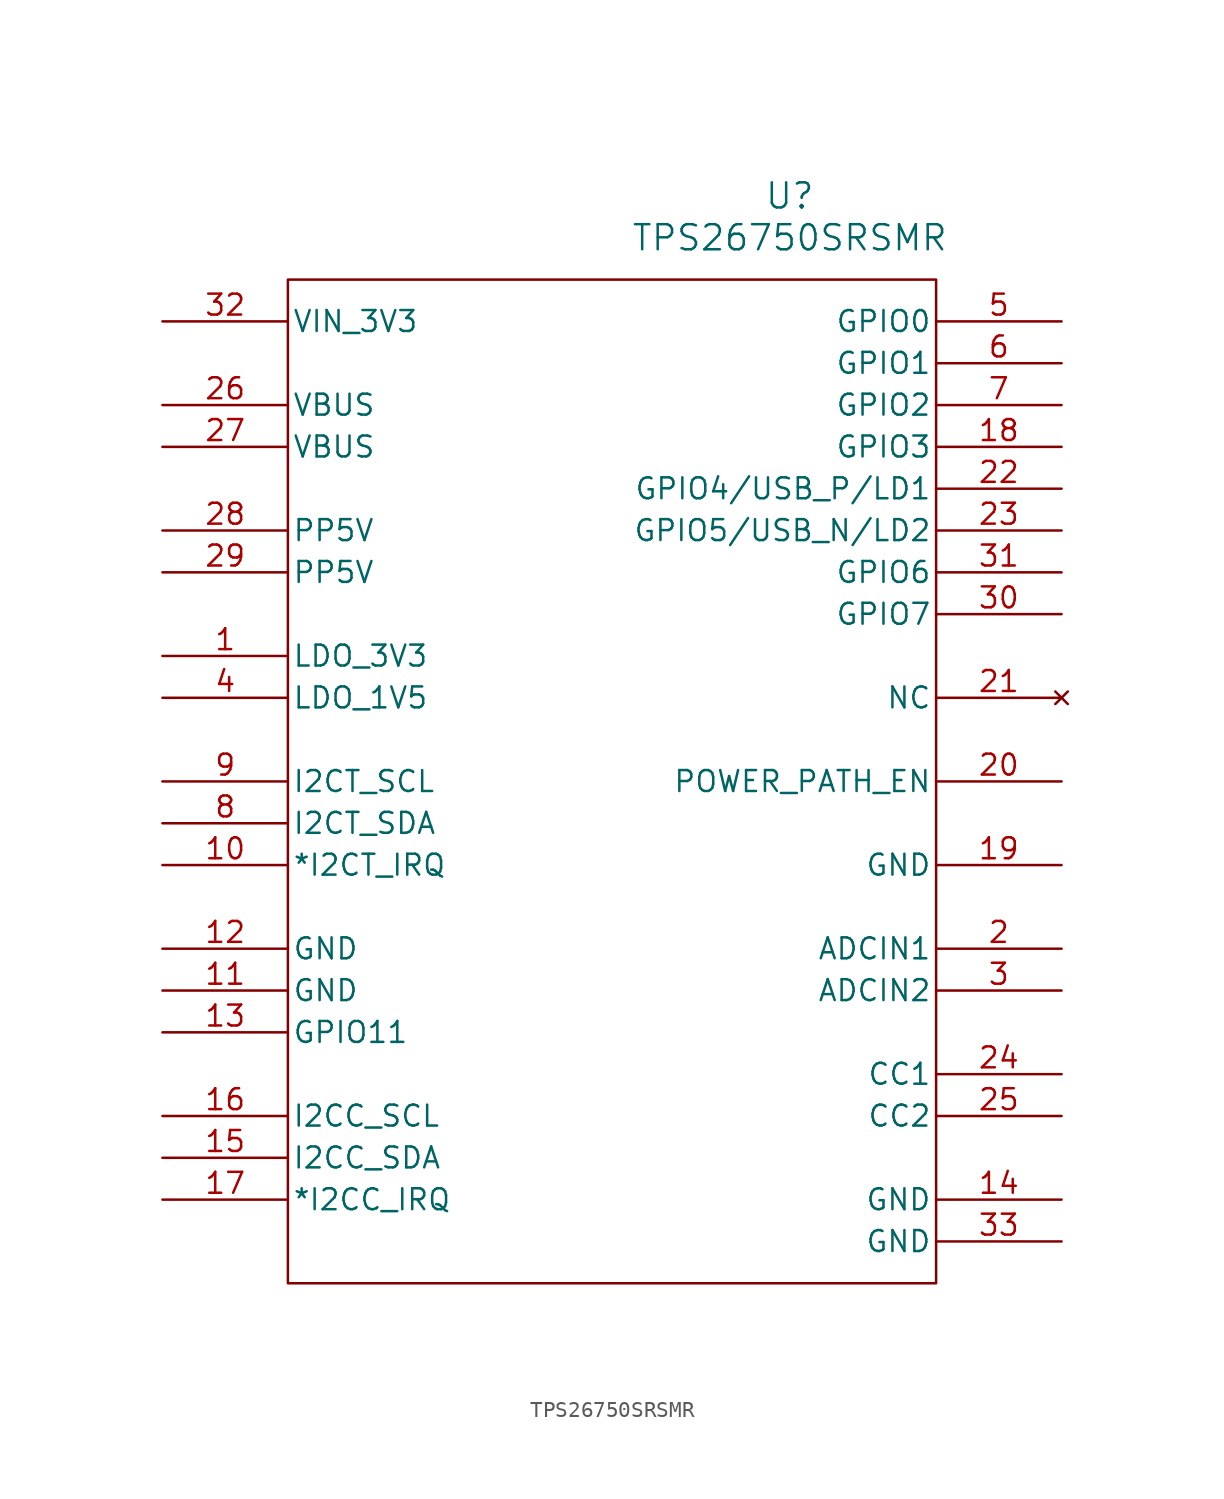
<source format=kicad_sym>
(kicad_symbol_lib
  (version 20241209)
  (generator "kicad_symbol_editor")
  (generator_version "9.0")
  (symbol "TPS26750SRSMR"
    (pin_names
      (offset 0.254))
    (property "Reference" "U"
      (at 38.1 10.16 0)
      (effects (font (size 1.524 1.524))))
    (property "Value" "TPS26750SRSMR"
      (at 38.1 7.62 0)
      (effects (font (size 1.524 1.524))))
    (property "ki_locked" ""
      (at 0 0 0)
      (effects (font (size 1.27 1.27))))
    (symbol "TPS26750SRSMR_0_1"
      (pin input line (at 0 2.54 0) (length 7.62) (name "VIN_3V3" (effects (font (size 1.27 1.27)))) (number "32" (effects (font (size 1.27 1.27)))))
      (pin bidirectional line (at 0 -2.54 0) (length 7.62) (name "VBUS" (effects (font (size 1.27 1.27)))) (number "26" (effects (font (size 1.27 1.27)))))
      (pin bidirectional line (at 0 -5.08 0) (length 7.62) (name "VBUS" (effects (font (size 1.27 1.27)))) (number "27" (effects (font (size 1.27 1.27)))))
      (pin input line (at 0 -10.16 0) (length 7.62) (name "PP5V" (effects (font (size 1.27 1.27)))) (number "28" (effects (font (size 1.27 1.27)))))
      (pin input line (at 0 -12.7 0) (length 7.62) (name "PP5V" (effects (font (size 1.27 1.27)))) (number "29" (effects (font (size 1.27 1.27)))))
      (pin output line (at 0 -17.78 0) (length 7.62) (name "LDO_3V3" (effects (font (size 1.27 1.27)))) (number "1" (effects (font (size 1.27 1.27)))))
      (pin output line (at 0 -20.32 0) (length 7.62) (name "LDO_1V5" (effects (font (size 1.27 1.27)))) (number "4" (effects (font (size 1.27 1.27)))))
      (pin input line (at 0 -25.4 0) (length 7.62) (name "I2CT_SCL" (effects (font (size 1.27 1.27)))) (number "9" (effects (font (size 1.27 1.27)))))
      (pin bidirectional line (at 0 -27.94 0) (length 7.62) (name "I2CT_SDA" (effects (font (size 1.27 1.27)))) (number "8" (effects (font (size 1.27 1.27)))))
      (pin output line (at 0 -30.48 0) (length 7.62) (name "*I2CT_IRQ" (effects (font (size 1.27 1.27)))) (number "10" (effects (font (size 1.27 1.27)))))
      (pin power_out line (at 0 -35.56 0) (length 7.62) (name "GND" (effects (font (size 1.27 1.27)))) (number "12" (effects (font (size 1.27 1.27)))))
      (pin power_out line (at 0 -38.1 0) (length 7.62) (name "GND" (effects (font (size 1.27 1.27)))) (number "11" (effects (font (size 1.27 1.27)))))
      (pin output line (at 0 -40.64 0) (length 7.62) (name "GPIO11" (effects (font (size 1.27 1.27)))) (number "13" (effects (font (size 1.27 1.27)))))
      (pin output line (at 0 -45.72 0) (length 7.62) (name "I2CC_SCL" (effects (font (size 1.27 1.27)))) (number "16" (effects (font (size 1.27 1.27)))))
      (pin bidirectional line (at 0 -48.26 0) (length 7.62) (name "I2CC_SDA" (effects (font (size 1.27 1.27)))) (number "15" (effects (font (size 1.27 1.27)))))
      (pin input line (at 0 -50.8 0) (length 7.62) (name "*I2CC_IRQ" (effects (font (size 1.27 1.27)))) (number "17" (effects (font (size 1.27 1.27)))))
      (pin bidirectional line (at 54.61 2.54 180) (length 7.62) (name "GPIO0" (effects (font (size 1.27 1.27)))) (number "5" (effects (font (size 1.27 1.27)))))
      (pin bidirectional line (at 54.61 0 180) (length 7.62) (name "GPIO1" (effects (font (size 1.27 1.27)))) (number "6" (effects (font (size 1.27 1.27)))))
      (pin bidirectional line (at 54.61 -2.54 180) (length 7.62) (name "GPIO2" (effects (font (size 1.27 1.27)))) (number "7" (effects (font (size 1.27 1.27)))))
      (pin bidirectional line (at 54.61 -5.08 180) (length 7.62) (name "GPIO3" (effects (font (size 1.27 1.27)))) (number "18" (effects (font (size 1.27 1.27)))))
      (pin bidirectional line (at 54.61 -7.62 180) (length 7.62) (name "GPIO4/USB_P/LD1" (effects (font (size 1.27 1.27)))) (number "22" (effects (font (size 1.27 1.27)))))
      (pin bidirectional line (at 54.61 -10.16 180) (length 7.62) (name "GPIO5/USB_N/LD2" (effects (font (size 1.27 1.27)))) (number "23" (effects (font (size 1.27 1.27)))))
      (pin bidirectional line (at 54.61 -12.7 180) (length 7.62) (name "GPIO6" (effects (font (size 1.27 1.27)))) (number "31" (effects (font (size 1.27 1.27)))))
      (pin bidirectional line (at 54.61 -15.24 180) (length 7.62) (name "GPIO7" (effects (font (size 1.27 1.27)))) (number "30" (effects (font (size 1.27 1.27)))))
      (pin no_connect line (at 54.61 -20.32 180) (length 7.62) (name "NC" (effects (font (size 1.27 1.27)))) (number "21" (effects (font (size 1.27 1.27)))))
      (pin output line (at 54.61 -25.4 180) (length 7.62) (name "POWER_PATH_EN" (effects (font (size 1.27 1.27)))) (number "20" (effects (font (size 1.27 1.27)))))
      (pin power_out line (at 54.61 -30.48 180) (length 7.62) (name "GND" (effects (font (size 1.27 1.27)))) (number "19" (effects (font (size 1.27 1.27)))))
      (pin input line (at 54.61 -35.56 180) (length 7.62) (name "ADCIN1" (effects (font (size 1.27 1.27)))) (number "2" (effects (font (size 1.27 1.27)))))
      (pin input line (at 54.61 -38.1 180) (length 7.62) (name "ADCIN2" (effects (font (size 1.27 1.27)))) (number "3" (effects (font (size 1.27 1.27)))))
      (pin bidirectional line (at 54.61 -43.18 180) (length 7.62) (name "CC1" (effects (font (size 1.27 1.27)))) (number "24" (effects (font (size 1.27 1.27)))))
      (pin bidirectional line (at 54.61 -45.72 180) (length 7.62) (name "CC2" (effects (font (size 1.27 1.27)))) (number "25" (effects (font (size 1.27 1.27)))))
      (pin power_out line (at 54.61 -50.8 180) (length 7.62) (name "GND" (effects (font (size 1.27 1.27)))) (number "14" (effects (font (size 1.27 1.27)))))
      (pin power_out line (at 54.61 -53.34 180) (length 7.62) (name "GND" (effects (font (size 1.27 1.27)))) (number "33" (effects (font (size 1.27 1.27))))))
    (symbol "TPS26750SRSMR_1_1"
      (rectangle (start 7.62 5.08) (end 46.99 -55.88) (stroke (width 0) (type default)) (fill (type none))))))
</source>
